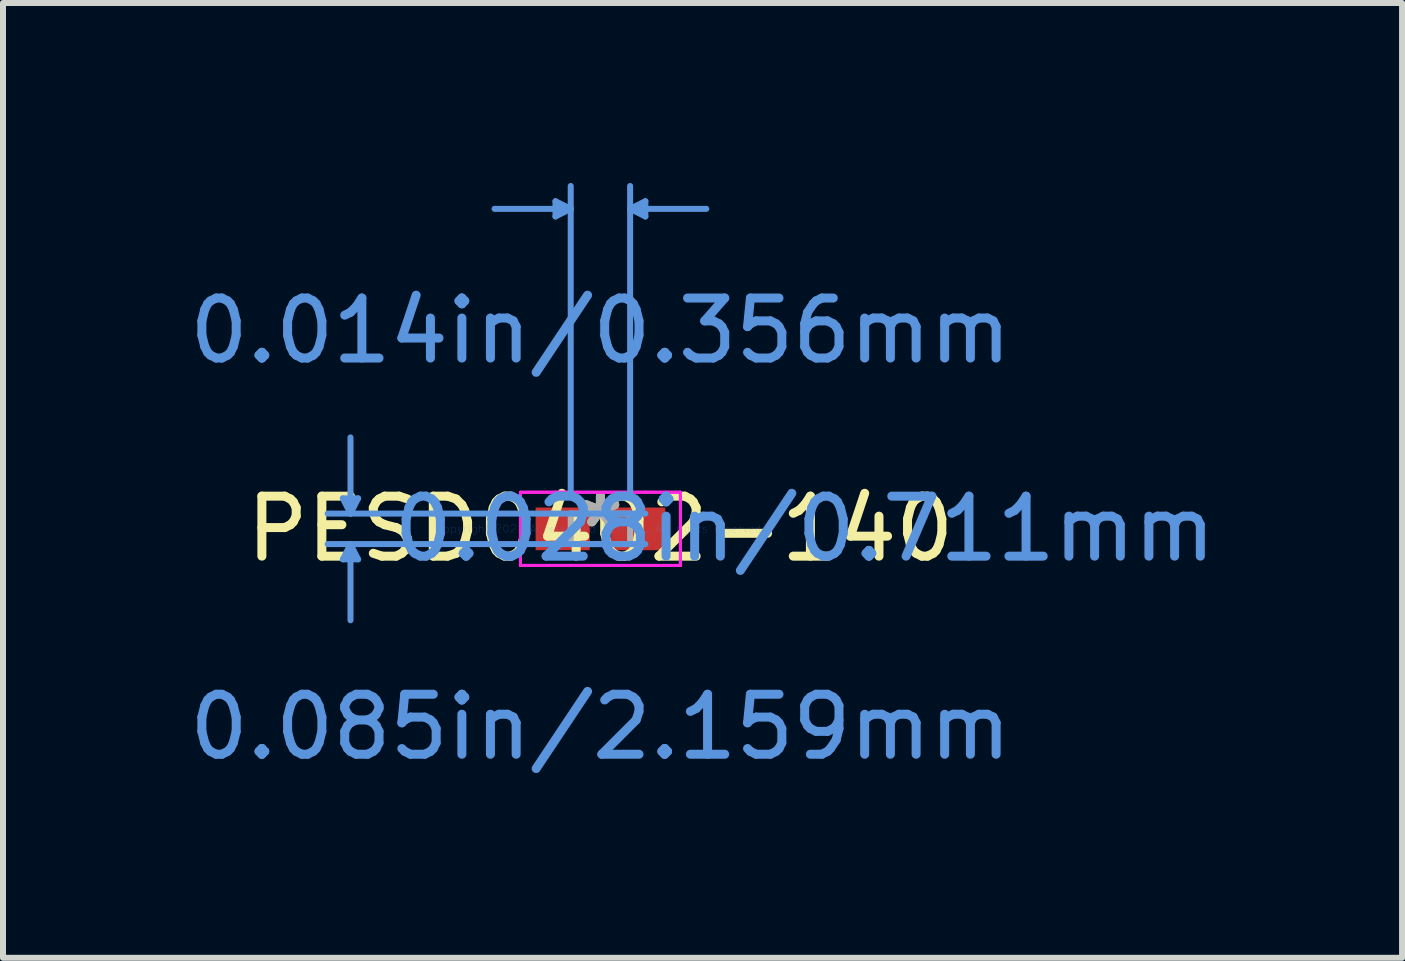
<source format=kicad_pcb>
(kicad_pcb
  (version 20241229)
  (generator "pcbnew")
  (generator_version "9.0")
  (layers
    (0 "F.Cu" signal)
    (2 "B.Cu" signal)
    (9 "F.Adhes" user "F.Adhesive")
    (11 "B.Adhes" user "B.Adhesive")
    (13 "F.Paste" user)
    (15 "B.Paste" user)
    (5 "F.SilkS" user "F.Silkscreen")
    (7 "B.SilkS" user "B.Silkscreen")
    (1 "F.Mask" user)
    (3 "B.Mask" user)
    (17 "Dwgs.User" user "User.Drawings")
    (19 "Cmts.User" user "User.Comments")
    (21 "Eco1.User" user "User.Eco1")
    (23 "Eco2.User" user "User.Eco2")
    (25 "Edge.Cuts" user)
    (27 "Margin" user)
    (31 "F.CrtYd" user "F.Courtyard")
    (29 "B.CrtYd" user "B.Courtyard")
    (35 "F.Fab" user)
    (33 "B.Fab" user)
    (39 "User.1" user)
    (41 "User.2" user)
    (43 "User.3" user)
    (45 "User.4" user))
  (footprint "PESD0402-140"
    (layer "F.Cu")
    (at 6.958 5.765)
    (property "Reference" "PESD0402-140" (at 0 0 0) (layer "F.SilkS") (effects (font (size 1 1) (thickness 0.15))))
    (attr through_hole)
    (fp_line (start -4.293 -0.508) (end -4.039 -0.508) (stroke (width 0.1) (type solid)) (layer "Cmts.User"))
    (fp_line (start -4.293 0.508) (end -4.039 0.508) (stroke (width 0.1) (type solid)) (layer "Cmts.User"))
    (fp_line (start -4.166 -0.254) (end -4.293 -0.508) (stroke (width 0.1) (type solid)) (layer "Cmts.User"))
    (fp_line (start -4.166 -0.254) (end -4.166 -1.524) (stroke (width 0.1) (type solid)) (layer "Cmts.User"))
    (fp_line (start -4.166 -0.254) (end -4.039 -0.508) (stroke (width 0.1) (type solid)) (layer "Cmts.User"))
    (fp_line (start -4.166 0.254) (end -4.293 0.508) (stroke (width 0.1) (type solid)) (layer "Cmts.User"))
    (fp_line (start -4.166 0.254) (end -4.166 1.524) (stroke (width 0.1) (type solid)) (layer "Cmts.User"))
    (fp_line (start -4.166 0.254) (end -4.039 0.508) (stroke (width 0.1) (type solid)) (layer "Cmts.User"))
    (fp_line (start -0.749 -5.461) (end -0.749 -5.207) (stroke (width 0.1) (type solid)) (layer "Cmts.User"))
    (fp_line (start -0.495 -5.334) (end -1.765 -5.334) (stroke (width 0.1) (type solid)) (layer "Cmts.User"))
    (fp_line (start -0.495 -5.334) (end -0.749 -5.461) (stroke (width 0.1) (type solid)) (layer "Cmts.User"))
    (fp_line (start -0.495 -5.334) (end -0.749 -5.207) (stroke (width 0.1) (type solid)) (layer "Cmts.User"))
    (fp_line (start -0.495 -0.61) (end -0.495 -5.715) (stroke (width 0.1) (type solid)) (layer "Cmts.User"))
    (fp_line (start 0.495 -5.334) (end 0.749 -5.461) (stroke (width 0.1) (type solid)) (layer "Cmts.User"))
    (fp_line (start 0.495 -5.334) (end 0.749 -5.207) (stroke (width 0.1) (type solid)) (layer "Cmts.User"))
    (fp_line (start 0.495 -5.334) (end 1.765 -5.334) (stroke (width 0.1) (type solid)) (layer "Cmts.User"))
    (fp_line (start 0.495 -0.61) (end 0.495 -5.715) (stroke (width 0.1) (type solid)) (layer "Cmts.User"))
    (fp_line (start 0.749 -5.461) (end 0.749 -5.207) (stroke (width 0.1) (type solid)) (layer "Cmts.User"))
    (fp_line (start 0.749 -0.254) (end -4.547 -0.254) (stroke (width 0.1) (type solid)) (layer "Cmts.User"))
    (fp_line (start 0.749 0.254) (end -4.547 0.254) (stroke (width 0.1) (type solid)) (layer "Cmts.User"))
    (fp_line (start -1.333 -0.61) (end -0.749 -0.61) (stroke (width 0.05) (type solid)) (layer "F.CrtYd"))
    (fp_line (start -1.333 -0.61) (end -0.749 -0.61) (stroke (width 0.05) (type solid)) (layer "F.CrtYd"))
    (fp_line (start -1.333 0.61) (end -1.333 -0.61) (stroke (width 0.05) (type solid)) (layer "F.CrtYd"))
    (fp_line (start -1.333 0.61) (end -1.333 -0.61) (stroke (width 0.05) (type solid)) (layer "F.CrtYd"))
    (fp_line (start -0.749 -0.61) (end -0.749 -0.61) (stroke (width 0.05) (type solid)) (layer "F.CrtYd"))
    (fp_line (start -0.749 -0.61) (end -0.749 -0.61) (stroke (width 0.05) (type solid)) (layer "F.CrtYd"))
    (fp_line (start -0.749 -0.61) (end 0.749 -0.61) (stroke (width 0.05) (type solid)) (layer "F.CrtYd"))
    (fp_line (start -0.749 -0.61) (end 0.749 -0.61) (stroke (width 0.05) (type solid)) (layer "F.CrtYd"))
    (fp_line (start -0.749 0.61) (end -1.333 0.61) (stroke (width 0.05) (type solid)) (layer "F.CrtYd"))
    (fp_line (start -0.749 0.61) (end -1.333 0.61) (stroke (width 0.05) (type solid)) (layer "F.CrtYd"))
    (fp_line (start -0.749 0.61) (end -0.749 0.61) (stroke (width 0.05) (type solid)) (layer "F.CrtYd"))
    (fp_line (start -0.749 0.61) (end -0.749 0.61) (stroke (width 0.05) (type solid)) (layer "F.CrtYd"))
    (fp_line (start 0.749 -0.61) (end 0.749 -0.61) (stroke (width 0.05) (type solid)) (layer "F.CrtYd"))
    (fp_line (start 0.749 -0.61) (end 0.749 -0.61) (stroke (width 0.05) (type solid)) (layer "F.CrtYd"))
    (fp_line (start 0.749 -0.61) (end 1.333 -0.61) (stroke (width 0.05) (type solid)) (layer "F.CrtYd"))
    (fp_line (start 0.749 -0.61) (end 1.333 -0.61) (stroke (width 0.05) (type solid)) (layer "F.CrtYd"))
    (fp_line (start 0.749 0.61) (end -0.749 0.61) (stroke (width 0.05) (type solid)) (layer "F.CrtYd"))
    (fp_line (start 0.749 0.61) (end -0.749 0.61) (stroke (width 0.05) (type solid)) (layer "F.CrtYd"))
    (fp_line (start 0.749 0.61) (end 0.749 0.61) (stroke (width 0.05) (type solid)) (layer "F.CrtYd"))
    (fp_line (start 0.749 0.61) (end 0.749 0.61) (stroke (width 0.05) (type solid)) (layer "F.CrtYd"))
    (fp_line (start 1.333 -0.61) (end 1.333 0.61) (stroke (width 0.05) (type solid)) (layer "F.CrtYd"))
    (fp_line (start 1.333 -0.61) (end 1.333 0.61) (stroke (width 0.05) (type solid)) (layer "F.CrtYd"))
    (fp_line (start 1.333 0.61) (end 0.749 0.61) (stroke (width 0.05) (type solid)) (layer "F.CrtYd"))
    (fp_line (start 1.333 0.61) (end 0.749 0.61) (stroke (width 0.05) (type solid)) (layer "F.CrtYd"))
    (fp_line (start -0.495 -0.254) (end -0.495 0.254) (stroke (width 0.1) (type solid)) (layer "F.Fab"))
    (fp_line (start -0.495 0.254) (end 0.495 0.254) (stroke (width 0.1) (type solid)) (layer "F.Fab"))
    (fp_line (start 0.495 -0.254) (end -0.495 -0.254) (stroke (width 0.1) (type solid)) (layer "F.Fab"))
    (fp_line (start 0.495 0.254) (end 0.495 -0.254) (stroke (width 0.1) (type solid)) (layer "F.Fab"))
    (fp_text user "*" (at 0 0 0) (layer "F.SilkS") (effects (font (size 1 1) (thickness 0.15))))
    (fp_text user "Copyright 2021 Accelerated Designs. All rights reserved." (at 0 0 0) (layer "Cmts.User") (effects (font (size 0.127 0.127) (thickness 0.002))))
    (fp_text user "0.028in/0.711mm" (at 3.404 0 0) (layer "Cmts.User") (effects (font (size 1 1) (thickness 0.15))))
    (fp_text user "0.085in/2.159mm" (at 0 3.302 0) (layer "Cmts.User") (effects (font (size 1 1) (thickness 0.15))))
    (fp_text user "0.014in/0.356mm" (at 0 -3.302 0) (layer "Cmts.User") (effects (font (size 1 1) (thickness 0.15))))
    (fp_text user "*" (at 0 0 0) (layer "F.Fab") (effects (font (size 1 1) (thickness 0.15))))
    (pad "1" smd rect (at -0.629 0) (size 0.902 0.711) (layers "F.Cu" "F.Mask" "F.Paste"))
    (pad "2" smd rect (at 0.629 0) (size 0.902 0.711) (layers "F.Cu" "F.Mask" "F.Paste")))
  (gr_rect
    (start -3 -3)
    (end 20.32 12.915)
    (stroke (width 0.1) (type default))
    (fill no)
    (layer "Edge.Cuts")))
</source>
